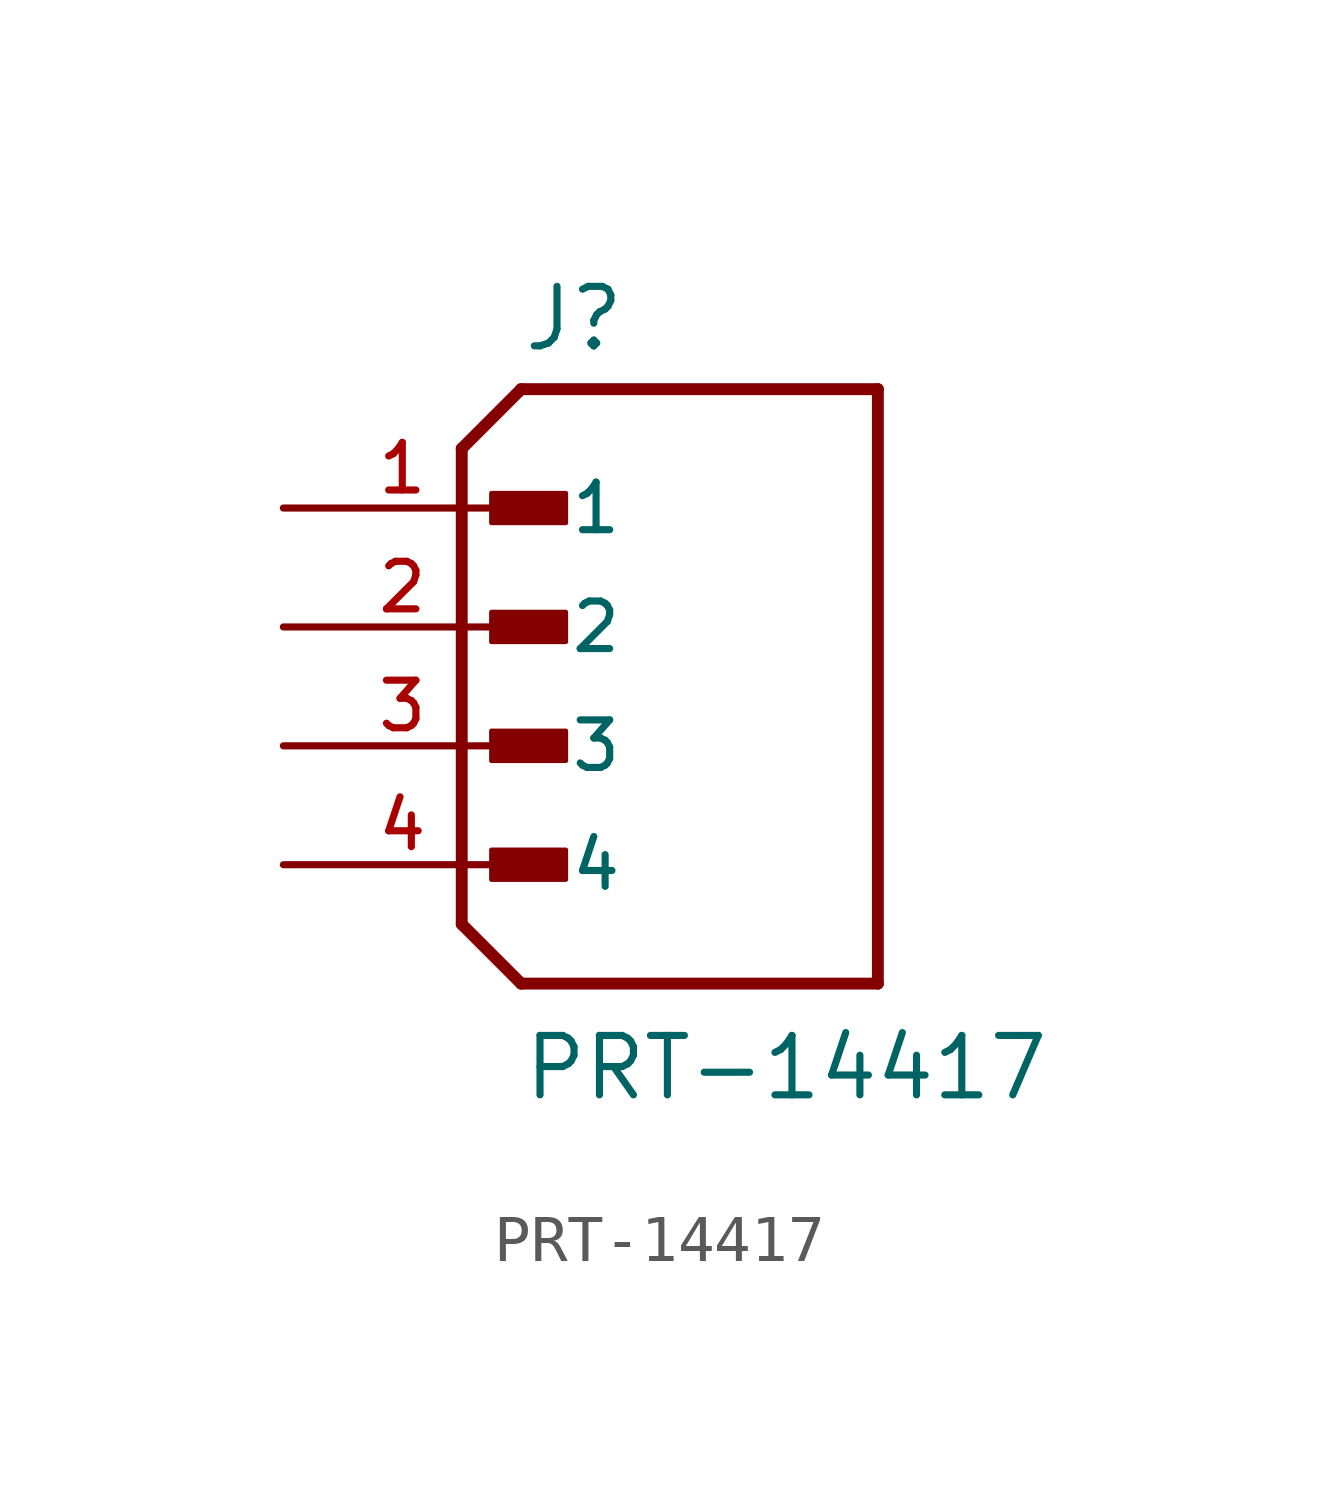
<source format=kicad_sym>
(kicad_symbol_lib
  (version 20241209)
  (generator "kicad_symbol_editor")
  (generator_version "9.0")
  (symbol "PRT-14417"
    (pin_names
      (offset 1.016))
    (property "Reference" "J"
      (at -2.54 8.382 0)
      (effects (font (size 1.27 1.27)) (justify left bottom)))
    (property "Value" "PRT-14417"
      (at -2.54 -7.62 0)
      (effects (font (size 1.27 1.27)) (justify left bottom)))
    (symbol "PRT-14417_0_0"
      (polyline (pts (xy -3.81 6.35) (xy -3.81 -3.81)) (stroke (width 0.254) (type default)) (fill (type none)))
      (polyline (pts (xy -3.81 6.35) (xy -2.54 7.62)) (stroke (width 0.254) (type default)) (fill (type none)))
      (polyline (pts (xy -3.81 -3.81) (xy -2.54 -5.08)) (stroke (width 0.254) (type default)) (fill (type none)))
      (rectangle (start -3.175 4.763) (end -1.587 5.397) (stroke (width 0.1) (type default)) (fill (type outline)))
      (rectangle (start -3.175 2.223) (end -1.587 2.857) (stroke (width 0.1) (type default)) (fill (type outline)))
      (rectangle (start -3.175 -0.318) (end -1.587 0.318) (stroke (width 0.1) (type default)) (fill (type outline)))
      (rectangle (start -3.175 -2.857) (end -1.587 -2.223) (stroke (width 0.1) (type default)) (fill (type outline)))
      (polyline (pts (xy -2.54 -5.08) (xy 5.08 -5.08)) (stroke (width 0.254) (type default)) (fill (type none)))
      (polyline (pts (xy 5.08 7.62) (xy -2.54 7.62)) (stroke (width 0.254) (type default)) (fill (type none)))
      (polyline (pts (xy 5.08 -5.08) (xy 5.08 7.62)) (stroke (width 0.254) (type default)) (fill (type none)))
      (pin passive line (at -7.62 5.08 0) (length 5.08) (name "1" (effects (font (size 1.016 1.016)))) (number "1" (effects (font (size 1.016 1.016))))))
    (symbol "PRT-14417_1_0"
      (pin passive line (at -7.62 2.54 0) (length 5.08) (name "2" (effects (font (size 1.016 1.016)))) (number "2" (effects (font (size 1.016 1.016)))))
      (pin bidirectional line (at -7.62 0 0) (length 5.08) (name "3" (effects (font (size 1.016 1.016)))) (number "3" (effects (font (size 1.016 1.016)))))
      (pin bidirectional line (at -7.62 -2.54 0) (length 5.08) (name "4" (effects (font (size 1.016 1.016)))) (number "4" (effects (font (size 1.016 1.016))))))))
</source>
